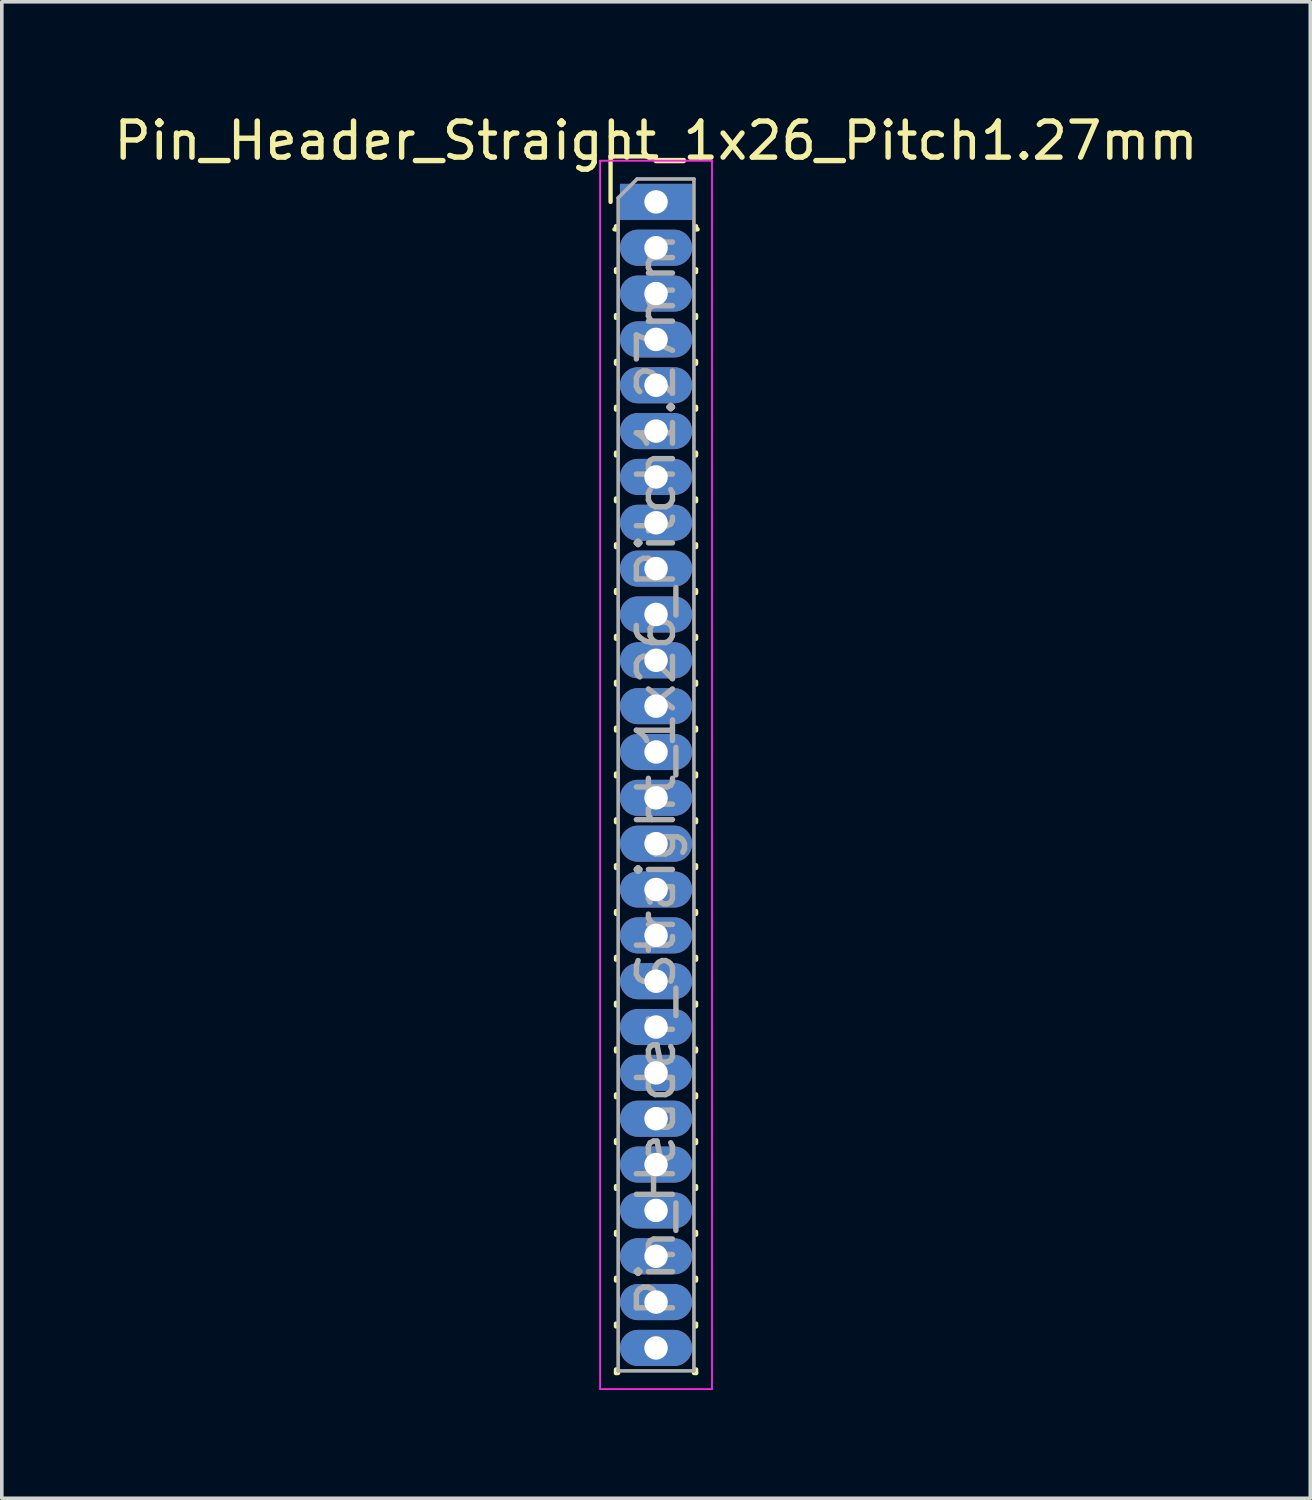
<source format=kicad_pcb>
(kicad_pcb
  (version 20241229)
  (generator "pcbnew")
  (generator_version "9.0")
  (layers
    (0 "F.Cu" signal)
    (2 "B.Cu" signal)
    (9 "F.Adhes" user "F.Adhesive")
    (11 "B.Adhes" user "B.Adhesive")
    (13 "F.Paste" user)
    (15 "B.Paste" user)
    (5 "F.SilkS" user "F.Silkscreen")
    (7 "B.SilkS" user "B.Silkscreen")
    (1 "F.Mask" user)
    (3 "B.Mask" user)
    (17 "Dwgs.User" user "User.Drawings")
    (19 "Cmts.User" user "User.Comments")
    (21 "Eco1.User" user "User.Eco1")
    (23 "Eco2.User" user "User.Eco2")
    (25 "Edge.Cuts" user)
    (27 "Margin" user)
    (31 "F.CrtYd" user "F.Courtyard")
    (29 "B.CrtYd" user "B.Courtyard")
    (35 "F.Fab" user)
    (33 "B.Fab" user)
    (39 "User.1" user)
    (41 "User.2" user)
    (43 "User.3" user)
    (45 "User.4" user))
  (footprint "Pin_Header_Straight_1x26_Pitch1.27mm"
    (layer "F.Cu")
    (at 15.125 2.543)
    (property "Reference" "Pin_Header_Straight_1x26_Pitch1.27mm" (at 0 -1.695 0) (layer "F.SilkS") (effects (font (size 1 1) (thickness 0.15))))
    (attr through_hole)
    (fp_line (start -1.26 -1.26) (end 0 -1.26) (stroke (width 0.12) (type solid)) (layer "F.SilkS"))
    (fp_line (start -1.26 0) (end -1.26 -1.26) (stroke (width 0.12) (type solid)) (layer "F.SilkS"))
    (fp_line (start -1.11 0.76) (end -1.152 0.76) (stroke (width 0.12) (type solid)) (layer "F.SilkS"))
    (fp_line (start -1.11 0.76) (end -1.11 0.674) (stroke (width 0.12) (type solid)) (layer "F.SilkS"))
    (fp_line (start -1.11 1.866) (end -1.11 1.944) (stroke (width 0.12) (type solid)) (layer "F.SilkS"))
    (fp_line (start -1.11 3.136) (end -1.11 3.214) (stroke (width 0.12) (type solid)) (layer "F.SilkS"))
    (fp_line (start -1.11 4.406) (end -1.11 4.484) (stroke (width 0.12) (type solid)) (layer "F.SilkS"))
    (fp_line (start -1.11 5.676) (end -1.11 5.754) (stroke (width 0.12) (type solid)) (layer "F.SilkS"))
    (fp_line (start -1.11 6.946) (end -1.11 7.024) (stroke (width 0.12) (type solid)) (layer "F.SilkS"))
    (fp_line (start -1.11 8.216) (end -1.11 8.294) (stroke (width 0.12) (type solid)) (layer "F.SilkS"))
    (fp_line (start -1.11 9.486) (end -1.11 9.564) (stroke (width 0.12) (type solid)) (layer "F.SilkS"))
    (fp_line (start -1.11 10.756) (end -1.11 10.834) (stroke (width 0.12) (type solid)) (layer "F.SilkS"))
    (fp_line (start -1.11 12.026) (end -1.11 12.104) (stroke (width 0.12) (type solid)) (layer "F.SilkS"))
    (fp_line (start -1.11 13.296) (end -1.11 13.374) (stroke (width 0.12) (type solid)) (layer "F.SilkS"))
    (fp_line (start -1.11 14.566) (end -1.11 14.644) (stroke (width 0.12) (type solid)) (layer "F.SilkS"))
    (fp_line (start -1.11 15.836) (end -1.11 15.914) (stroke (width 0.12) (type solid)) (layer "F.SilkS"))
    (fp_line (start -1.11 17.106) (end -1.11 17.184) (stroke (width 0.12) (type solid)) (layer "F.SilkS"))
    (fp_line (start -1.11 18.376) (end -1.11 18.454) (stroke (width 0.12) (type solid)) (layer "F.SilkS"))
    (fp_line (start -1.11 19.646) (end -1.11 19.724) (stroke (width 0.12) (type solid)) (layer "F.SilkS"))
    (fp_line (start -1.11 20.916) (end -1.11 20.994) (stroke (width 0.12) (type solid)) (layer "F.SilkS"))
    (fp_line (start -1.11 22.186) (end -1.11 22.264) (stroke (width 0.12) (type solid)) (layer "F.SilkS"))
    (fp_line (start -1.11 23.456) (end -1.11 23.534) (stroke (width 0.12) (type solid)) (layer "F.SilkS"))
    (fp_line (start -1.11 24.726) (end -1.11 24.804) (stroke (width 0.12) (type solid)) (layer "F.SilkS"))
    (fp_line (start -1.11 25.996) (end -1.11 26.074) (stroke (width 0.12) (type solid)) (layer "F.SilkS"))
    (fp_line (start -1.11 27.266) (end -1.11 27.344) (stroke (width 0.12) (type solid)) (layer "F.SilkS"))
    (fp_line (start -1.11 28.536) (end -1.11 28.614) (stroke (width 0.12) (type solid)) (layer "F.SilkS"))
    (fp_line (start -1.11 29.806) (end -1.11 29.884) (stroke (width 0.12) (type solid)) (layer "F.SilkS"))
    (fp_line (start -1.11 31.076) (end -1.11 31.154) (stroke (width 0.12) (type solid)) (layer "F.SilkS"))
    (fp_line (start -1.11 32.346) (end -1.11 32.445) (stroke (width 0.12) (type solid)) (layer "F.SilkS"))
    (fp_line (start -1.11 32.445) (end -1.051 32.445) (stroke (width 0.12) (type solid)) (layer "F.SilkS"))
    (fp_line (start 1.051 32.445) (end 1.11 32.445) (stroke (width 0.12) (type solid)) (layer "F.SilkS"))
    (fp_line (start 1.11 0.76) (end 1.11 0.674) (stroke (width 0.12) (type solid)) (layer "F.SilkS"))
    (fp_line (start 1.11 1.866) (end 1.11 1.944) (stroke (width 0.12) (type solid)) (layer "F.SilkS"))
    (fp_line (start 1.11 3.136) (end 1.11 3.214) (stroke (width 0.12) (type solid)) (layer "F.SilkS"))
    (fp_line (start 1.11 4.406) (end 1.11 4.484) (stroke (width 0.12) (type solid)) (layer "F.SilkS"))
    (fp_line (start 1.11 5.676) (end 1.11 5.754) (stroke (width 0.12) (type solid)) (layer "F.SilkS"))
    (fp_line (start 1.11 6.946) (end 1.11 7.024) (stroke (width 0.12) (type solid)) (layer "F.SilkS"))
    (fp_line (start 1.11 8.216) (end 1.11 8.294) (stroke (width 0.12) (type solid)) (layer "F.SilkS"))
    (fp_line (start 1.11 9.486) (end 1.11 9.564) (stroke (width 0.12) (type solid)) (layer "F.SilkS"))
    (fp_line (start 1.11 10.756) (end 1.11 10.834) (stroke (width 0.12) (type solid)) (layer "F.SilkS"))
    (fp_line (start 1.11 12.026) (end 1.11 12.104) (stroke (width 0.12) (type solid)) (layer "F.SilkS"))
    (fp_line (start 1.11 13.296) (end 1.11 13.374) (stroke (width 0.12) (type solid)) (layer "F.SilkS"))
    (fp_line (start 1.11 14.566) (end 1.11 14.644) (stroke (width 0.12) (type solid)) (layer "F.SilkS"))
    (fp_line (start 1.11 15.836) (end 1.11 15.914) (stroke (width 0.12) (type solid)) (layer "F.SilkS"))
    (fp_line (start 1.11 17.106) (end 1.11 17.184) (stroke (width 0.12) (type solid)) (layer "F.SilkS"))
    (fp_line (start 1.11 18.376) (end 1.11 18.454) (stroke (width 0.12) (type solid)) (layer "F.SilkS"))
    (fp_line (start 1.11 19.646) (end 1.11 19.724) (stroke (width 0.12) (type solid)) (layer "F.SilkS"))
    (fp_line (start 1.11 20.916) (end 1.11 20.994) (stroke (width 0.12) (type solid)) (layer "F.SilkS"))
    (fp_line (start 1.11 22.186) (end 1.11 22.264) (stroke (width 0.12) (type solid)) (layer "F.SilkS"))
    (fp_line (start 1.11 23.456) (end 1.11 23.534) (stroke (width 0.12) (type solid)) (layer "F.SilkS"))
    (fp_line (start 1.11 24.726) (end 1.11 24.804) (stroke (width 0.12) (type solid)) (layer "F.SilkS"))
    (fp_line (start 1.11 25.996) (end 1.11 26.074) (stroke (width 0.12) (type solid)) (layer "F.SilkS"))
    (fp_line (start 1.11 27.266) (end 1.11 27.344) (stroke (width 0.12) (type solid)) (layer "F.SilkS"))
    (fp_line (start 1.11 28.536) (end 1.11 28.614) (stroke (width 0.12) (type solid)) (layer "F.SilkS"))
    (fp_line (start 1.11 29.806) (end 1.11 29.884) (stroke (width 0.12) (type solid)) (layer "F.SilkS"))
    (fp_line (start 1.11 31.076) (end 1.11 31.154) (stroke (width 0.12) (type solid)) (layer "F.SilkS"))
    (fp_line (start 1.11 32.346) (end 1.11 32.445) (stroke (width 0.12) (type solid)) (layer "F.SilkS"))
    (fp_line (start 1.152 0.76) (end 1.11 0.76) (stroke (width 0.12) (type solid)) (layer "F.SilkS"))
    (fp_line (start -1.55 -1.14) (end -1.55 32.89) (stroke (width 0.05) (type solid)) (layer "F.CrtYd"))
    (fp_line (start -1.55 32.89) (end 1.55 32.89) (stroke (width 0.05) (type solid)) (layer "F.CrtYd"))
    (fp_line (start 1.55 -1.14) (end -1.55 -1.14) (stroke (width 0.05) (type solid)) (layer "F.CrtYd"))
    (fp_line (start 1.55 32.89) (end 1.55 -1.14) (stroke (width 0.05) (type solid)) (layer "F.CrtYd"))
    (fp_line (start -1.05 -0.11) (end -0.525 -0.635) (stroke (width 0.1) (type solid)) (layer "F.Fab"))
    (fp_line (start -1.05 32.385) (end -1.05 -0.11) (stroke (width 0.1) (type solid)) (layer "F.Fab"))
    (fp_line (start -0.525 -0.635) (end 1.05 -0.635) (stroke (width 0.1) (type solid)) (layer "F.Fab"))
    (fp_line (start 1.05 -0.635) (end 1.05 32.385) (stroke (width 0.1) (type solid)) (layer "F.Fab"))
    (fp_line (start 1.05 32.385) (end -1.05 32.385) (stroke (width 0.1) (type solid)) (layer "F.Fab"))
    (fp_text user "${REFERENCE}" (at 0 15.875 90) (layer "F.Fab") (effects (font (size 1 1) (thickness 0.15))))
    (pad "1" thru_hole rect (at 0 0) (size 2 1) (drill 0.65) (layers "*.Cu" "*.Mask"))
    (pad "2" thru_hole oval (at 0 1.27) (size 2 1) (drill 0.65) (layers "*.Cu" "*.Mask"))
    (pad "3" thru_hole oval (at 0 2.54) (size 2 1) (drill 0.65) (layers "*.Cu" "*.Mask"))
    (pad "4" thru_hole oval (at 0 3.81) (size 2 1) (drill 0.65) (layers "*.Cu" "*.Mask"))
    (pad "5" thru_hole oval (at 0 5.08) (size 2 1) (drill 0.65) (layers "*.Cu" "*.Mask"))
    (pad "6" thru_hole oval (at 0 6.35) (size 2 1) (drill 0.65) (layers "*.Cu" "*.Mask"))
    (pad "7" thru_hole oval (at 0 7.62) (size 2 1) (drill 0.65) (layers "*.Cu" "*.Mask"))
    (pad "8" thru_hole oval (at 0 8.89) (size 2 1) (drill 0.65) (layers "*.Cu" "*.Mask"))
    (pad "9" thru_hole oval (at 0 10.16) (size 2 1) (drill 0.65) (layers "*.Cu" "*.Mask"))
    (pad "10" thru_hole oval (at 0 11.43) (size 2 1) (drill 0.65) (layers "*.Cu" "*.Mask"))
    (pad "11" thru_hole oval (at 0 12.7) (size 2 1) (drill 0.65) (layers "*.Cu" "*.Mask"))
    (pad "12" thru_hole oval (at 0 13.97) (size 2 1) (drill 0.65) (layers "*.Cu" "*.Mask"))
    (pad "13" thru_hole oval (at 0 15.24) (size 2 1) (drill 0.65) (layers "*.Cu" "*.Mask"))
    (pad "14" thru_hole oval (at 0 16.51) (size 2 1) (drill 0.65) (layers "*.Cu" "*.Mask"))
    (pad "15" thru_hole oval (at 0 17.78) (size 2 1) (drill 0.65) (layers "*.Cu" "*.Mask"))
    (pad "16" thru_hole oval (at 0 19.05) (size 2 1) (drill 0.65) (layers "*.Cu" "*.Mask"))
    (pad "17" thru_hole oval (at 0 20.32) (size 2 1) (drill 0.65) (layers "*.Cu" "*.Mask"))
    (pad "18" thru_hole oval (at 0 21.59) (size 2 1) (drill 0.65) (layers "*.Cu" "*.Mask"))
    (pad "19" thru_hole oval (at 0 22.86) (size 2 1) (drill 0.65) (layers "*.Cu" "*.Mask"))
    (pad "20" thru_hole oval (at 0 24.13) (size 2 1) (drill 0.65) (layers "*.Cu" "*.Mask"))
    (pad "21" thru_hole oval (at 0 25.4) (size 2 1) (drill 0.65) (layers "*.Cu" "*.Mask"))
    (pad "22" thru_hole oval (at 0 26.67) (size 2 1) (drill 0.65) (layers "*.Cu" "*.Mask"))
    (pad "23" thru_hole oval (at 0 27.94) (size 2 1) (drill 0.65) (layers "*.Cu" "*.Mask"))
    (pad "24" thru_hole oval (at 0 29.21) (size 2 1) (drill 0.65) (layers "*.Cu" "*.Mask"))
    (pad "25" thru_hole oval (at 0 30.48) (size 2 1) (drill 0.65) (layers "*.Cu" "*.Mask"))
    (pad "26" thru_hole oval (at 0 31.75) (size 2 1) (drill 0.65) (layers "*.Cu" "*.Mask")))
  (gr_rect
    (start -3 -3)
    (end 33.25 38.458)
    (stroke (width 0.1) (type default))
    (fill no)
    (layer "Edge.Cuts")))
</source>
